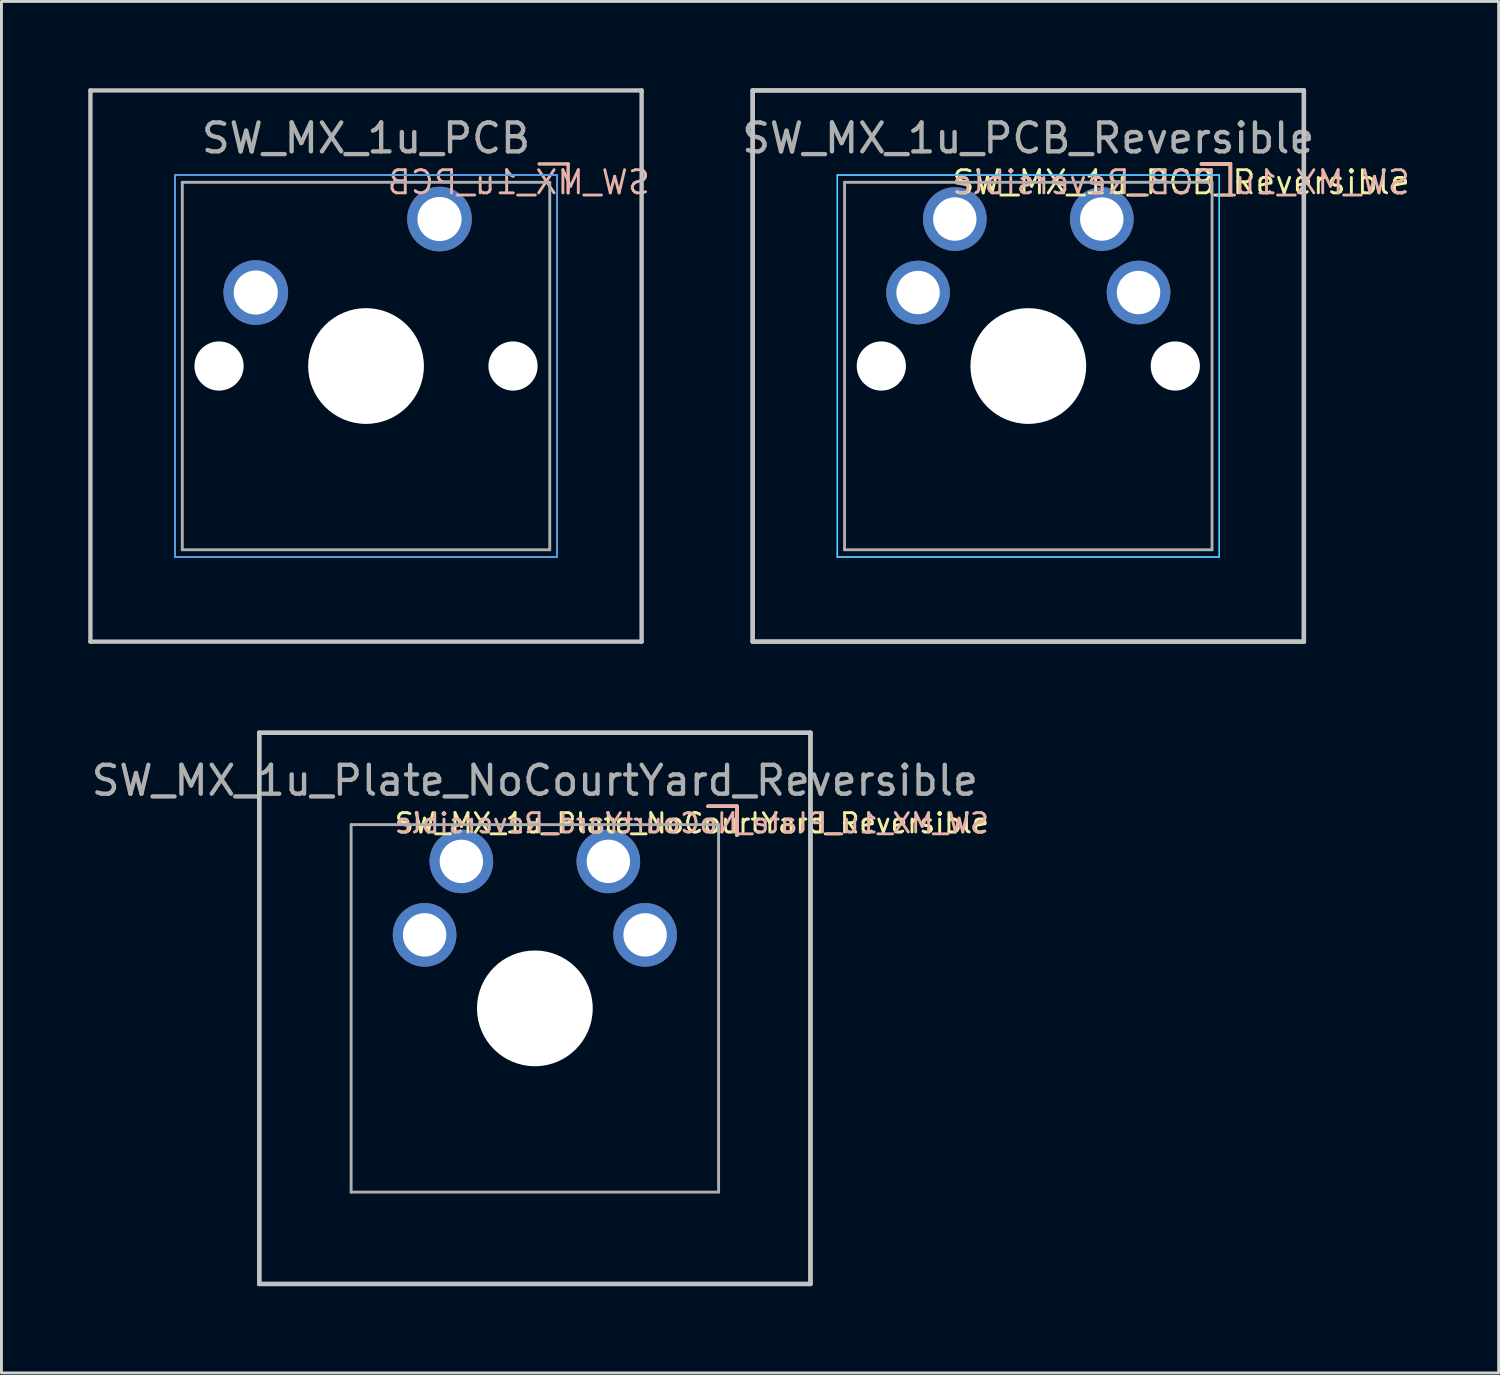
<source format=kicad_pcb>
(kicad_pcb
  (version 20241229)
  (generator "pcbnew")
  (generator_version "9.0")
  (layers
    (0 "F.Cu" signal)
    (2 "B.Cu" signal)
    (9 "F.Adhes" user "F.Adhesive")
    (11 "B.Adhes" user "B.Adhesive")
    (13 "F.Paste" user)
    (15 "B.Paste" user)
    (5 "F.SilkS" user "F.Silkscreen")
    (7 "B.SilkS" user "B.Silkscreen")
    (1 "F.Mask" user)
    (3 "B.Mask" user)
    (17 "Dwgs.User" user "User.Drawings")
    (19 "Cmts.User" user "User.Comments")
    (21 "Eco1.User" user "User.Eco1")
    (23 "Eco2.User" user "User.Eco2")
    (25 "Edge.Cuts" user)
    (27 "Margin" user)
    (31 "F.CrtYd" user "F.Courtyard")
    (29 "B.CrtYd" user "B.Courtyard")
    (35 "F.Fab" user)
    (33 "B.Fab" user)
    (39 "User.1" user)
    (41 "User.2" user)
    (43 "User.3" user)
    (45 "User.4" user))
  (footprint "SW_MX_1u_Plate_NoCourtYard_Reversible"
    (layer "F.Cu")
    (at 15.435 31.8)
    (property "Reference" "SW_MX_1u_Plate_NoCourtYard_Reversible" (at 0 -7.874 0) (layer "F.Fab") (effects (font (size 1 1) (thickness 0.15))))
    (attr through_hole)
    (fp_line (start 5.985 -6.985) (end 6.985 -6.985) (stroke (width 0.12) (type solid)) (layer "F.SilkS"))
    (fp_line (start 6.985 -6.985) (end 6.985 -5.985) (stroke (width 0.12) (type solid)) (layer "F.SilkS"))
    (fp_line (start 6.985 -6.985) (end 5.985 -6.985) (stroke (width 0.12) (type solid)) (layer "B.SilkS"))
    (fp_line (start 6.985 -6.985) (end 5.985 -6.985) (stroke (width 0.12) (type solid)) (layer "B.SilkS"))
    (fp_line (start 6.985 -6.985) (end 6.985 -5.985) (stroke (width 0.12) (type solid)) (layer "B.SilkS"))
    (fp_line (start 6.985 -5.985) (end 6.985 -6.985) (stroke (width 0.12) (type solid)) (layer "B.SilkS"))
    (fp_line (start -9.525 -9.525) (end -9.525 9.525) (stroke (width 0.15) (type solid)) (layer "Dwgs.User"))
    (fp_line (start -9.525 -9.525) (end 9.525 -9.525) (stroke (width 0.15) (type solid)) (layer "Dwgs.User"))
    (fp_line (start -9.525 9.525) (end -9.525 -9.525) (stroke (width 0.15) (type solid)) (layer "Dwgs.User"))
    (fp_line (start -9.525 9.525) (end 9.525 9.525) (stroke (width 0.15) (type solid)) (layer "Dwgs.User"))
    (fp_line (start 9.525 -9.525) (end -9.525 -9.525) (stroke (width 0.15) (type solid)) (layer "Dwgs.User"))
    (fp_line (start 9.525 -9.525) (end 9.525 9.525) (stroke (width 0.15) (type solid)) (layer "Dwgs.User"))
    (fp_line (start 9.525 9.525) (end -9.525 9.525) (stroke (width 0.15) (type solid)) (layer "Dwgs.User"))
    (fp_line (start 9.525 9.525) (end 9.525 -9.525) (stroke (width 0.15) (type solid)) (layer "Dwgs.User"))
    (fp_line (start -6.35 -6.35) (end 6.35 -6.35) (stroke (width 0.1) (type solid)) (layer "F.Fab"))
    (fp_line (start -6.35 6.35) (end -6.35 -6.35) (stroke (width 0.1) (type solid)) (layer "F.Fab"))
    (fp_line (start 6.35 -6.35) (end 6.35 6.35) (stroke (width 0.1) (type solid)) (layer "F.Fab"))
    (fp_line (start 6.35 6.35) (end -6.35 6.35) (stroke (width 0.1) (type solid)) (layer "F.Fab"))
    (fp_text user "${REFERENCE}" (at 5.425 -6.4 0) (layer "F.SilkS") (effects (font (size 0.67 0.67) (thickness 0.1))))
    (fp_text user "${REFERENCE}" (at 5.425 -6.4 0) (layer "B.SilkS") (effects (font (size 0.67 0.67) (thickness 0.1)) (justify mirror)))
    (pad "" np_thru_hole circle (at 0 0) (size 4 4) (drill 4) (layers "*.Cu" "*.Mask"))
    (pad "1" thru_hole circle (at 2.54 -5.08) (size 2.2 2.2) (drill 1.5) (layers "*.Cu" "*.Mask"))
    (pad "1" thru_hole circle (at 3.81 -2.54) (size 2.2 2.2) (drill 1.5) (layers "*.Cu" "*.Mask"))
    (pad "2" thru_hole circle (at -3.81 -2.54) (size 2.2 2.2) (drill 1.5) (layers "*.Cu" "*.Mask"))
    (pad "2" thru_hole circle (at -2.54 -5.08) (size 2.2 2.2) (drill 1.5) (layers "*.Cu" "*.Mask")))
  (footprint "SW_MX_1u_PCB"
    (layer "F.Cu")
    (at 9.6 9.6)
    (property "Reference" "SW_MX_1u_PCB" (at 0 -7.874 0) (layer "F.Fab") (effects (font (size 1 1) (thickness 0.15))))
    (attr through_hole)
    (fp_line (start 6.985 -6.985) (end 5.985 -6.985) (stroke (width 0.12) (type solid)) (layer "B.SilkS"))
    (fp_line (start 6.985 -6.985) (end 6.985 -5.985) (stroke (width 0.12) (type solid)) (layer "B.SilkS"))
    (fp_line (start -9.525 -9.525) (end -9.525 9.525) (stroke (width 0.15) (type solid)) (layer "Dwgs.User"))
    (fp_line (start -9.525 9.525) (end 9.525 9.525) (stroke (width 0.15) (type solid)) (layer "Dwgs.User"))
    (fp_line (start 9.525 -9.525) (end -9.525 -9.525) (stroke (width 0.15) (type solid)) (layer "Dwgs.User"))
    (fp_line (start 9.525 -9.525) (end 9.525 9.525) (stroke (width 0.15) (type solid)) (layer "Dwgs.User"))
    (fp_line (start -6.6 -6.6) (end 6.6 -6.6) (stroke (width 0.05) (type solid)) (layer "Cmts.User"))
    (fp_line (start -6.6 6.6) (end -6.6 -6.6) (stroke (width 0.05) (type solid)) (layer "Cmts.User"))
    (fp_line (start 6.6 -6.6) (end 6.6 6.6) (stroke (width 0.05) (type solid)) (layer "Cmts.User"))
    (fp_line (start 6.6 6.6) (end -6.6 6.6) (stroke (width 0.05) (type solid)) (layer "Cmts.User"))
    (fp_line (start -6.6 -6.6) (end -6.6 6.6) (stroke (width 0.05) (type solid)) (layer "B.CrtYd"))
    (fp_line (start -6.6 6.6) (end 6.6 6.6) (stroke (width 0.05) (type solid)) (layer "B.CrtYd"))
    (fp_line (start 6.6 -6.6) (end -6.6 -6.6) (stroke (width 0.05) (type solid)) (layer "B.CrtYd"))
    (fp_line (start 6.6 6.6) (end 6.6 -6.6) (stroke (width 0.05) (type solid)) (layer "B.CrtYd"))
    (fp_line (start -6.6 -6.6) (end 6.6 -6.6) (stroke (width 0.05) (type solid)) (layer "F.CrtYd"))
    (fp_line (start -6.6 6.6) (end -6.6 -6.6) (stroke (width 0.05) (type solid)) (layer "F.CrtYd"))
    (fp_line (start 6.6 -6.6) (end 6.6 6.6) (stroke (width 0.05) (type solid)) (layer "F.CrtYd"))
    (fp_line (start 6.6 6.6) (end -6.6 6.6) (stroke (width 0.05) (type solid)) (layer "F.CrtYd"))
    (fp_line (start -6.35 -6.35) (end 6.35 -6.35) (stroke (width 0.1) (type solid)) (layer "F.Fab"))
    (fp_line (start -6.35 6.35) (end -6.35 -6.35) (stroke (width 0.1) (type solid)) (layer "F.Fab"))
    (fp_line (start 6.35 -6.35) (end 6.35 6.35) (stroke (width 0.1) (type solid)) (layer "F.Fab"))
    (fp_line (start 6.35 6.35) (end -6.35 6.35) (stroke (width 0.1) (type solid)) (layer "F.Fab"))
    (fp_text user "${REFERENCE}" (at 5.28 -6.35 0) (layer "B.SilkS") (effects (font (size 0.8 0.8) (thickness 0.1)) (justify mirror)))
    (pad "" np_thru_hole circle (at -5.08 0) (size 1.7 1.7) (drill 1.7) (layers "*.Cu" "*.Mask"))
    (pad "" np_thru_hole circle (at 0 0) (size 4 4) (drill 4) (layers "*.Cu" "*.Mask"))
    (pad "" np_thru_hole circle (at 5.08 0) (size 1.7 1.7) (drill 1.7) (layers "*.Cu" "*.Mask"))
    (pad "1" thru_hole circle (at 2.54 -5.08) (size 2.235 2.235) (drill 1.524) (layers "*.Cu" "*.Mask"))
    (pad "2" thru_hole circle (at -3.81 -2.54) (size 2.235 2.235) (drill 1.524) (layers "*.Cu" "*.Mask")))
  (footprint "SW_MX_1u_PCB_Reversible"
    (layer "F.Cu")
    (at 32.489 9.6)
    (property "Reference" "SW_MX_1u_PCB_Reversible" (at 0 -7.874 0) (layer "F.Fab") (effects (font (size 1 1) (thickness 0.15))))
    (attr through_hole)
    (fp_line (start 5.985 -6.985) (end 6.985 -6.985) (stroke (width 0.12) (type solid)) (layer "F.SilkS"))
    (fp_line (start 6.985 -6.985) (end 6.985 -5.985) (stroke (width 0.12) (type solid)) (layer "F.SilkS"))
    (fp_line (start 6.985 -6.985) (end 5.985 -6.985) (stroke (width 0.12) (type solid)) (layer "B.SilkS"))
    (fp_line (start 6.985 -6.985) (end 5.985 -6.985) (stroke (width 0.12) (type solid)) (layer "B.SilkS"))
    (fp_line (start 6.985 -6.985) (end 6.985 -5.985) (stroke (width 0.12) (type solid)) (layer "B.SilkS"))
    (fp_line (start 6.985 -5.985) (end 6.985 -6.985) (stroke (width 0.12) (type solid)) (layer "B.SilkS"))
    (fp_line (start -9.525 -9.525) (end -9.525 9.525) (stroke (width 0.15) (type solid)) (layer "Dwgs.User"))
    (fp_line (start -9.525 -9.525) (end 9.525 -9.525) (stroke (width 0.15) (type solid)) (layer "Dwgs.User"))
    (fp_line (start -9.525 9.525) (end -9.525 -9.525) (stroke (width 0.15) (type solid)) (layer "Dwgs.User"))
    (fp_line (start -9.525 9.525) (end 9.525 9.525) (stroke (width 0.15) (type solid)) (layer "Dwgs.User"))
    (fp_line (start 9.525 -9.525) (end -9.525 -9.525) (stroke (width 0.15) (type solid)) (layer "Dwgs.User"))
    (fp_line (start 9.525 -9.525) (end 9.525 9.525) (stroke (width 0.15) (type solid)) (layer "Dwgs.User"))
    (fp_line (start 9.525 9.525) (end -9.525 9.525) (stroke (width 0.15) (type solid)) (layer "Dwgs.User"))
    (fp_line (start 9.525 9.525) (end 9.525 -9.525) (stroke (width 0.15) (type solid)) (layer "Dwgs.User"))
    (fp_line (start -6.6 -6.6) (end -6.6 6.6) (stroke (width 0.05) (type solid)) (layer "B.CrtYd"))
    (fp_line (start -6.6 6.6) (end 6.6 6.6) (stroke (width 0.05) (type solid)) (layer "B.CrtYd"))
    (fp_line (start 6.6 -6.6) (end -6.6 -6.6) (stroke (width 0.05) (type solid)) (layer "B.CrtYd"))
    (fp_line (start 6.6 6.6) (end 6.6 -6.6) (stroke (width 0.05) (type solid)) (layer "B.CrtYd"))
    (fp_line (start -6.6 -6.6) (end 6.6 -6.6) (stroke (width 0.05) (type solid)) (layer "F.CrtYd"))
    (fp_line (start -6.6 6.6) (end -6.6 -6.6) (stroke (width 0.05) (type solid)) (layer "F.CrtYd"))
    (fp_line (start 6.6 -6.6) (end 6.6 6.6) (stroke (width 0.05) (type solid)) (layer "F.CrtYd"))
    (fp_line (start 6.6 6.6) (end -6.6 6.6) (stroke (width 0.05) (type solid)) (layer "F.CrtYd"))
    (fp_line (start -6.35 -6.35) (end 6.35 -6.35) (stroke (width 0.1) (type solid)) (layer "F.Fab"))
    (fp_line (start -6.35 6.35) (end -6.35 -6.35) (stroke (width 0.1) (type solid)) (layer "F.Fab"))
    (fp_line (start 6.35 -6.35) (end 6.35 6.35) (stroke (width 0.1) (type solid)) (layer "F.Fab"))
    (fp_line (start 6.35 6.35) (end -6.35 6.35) (stroke (width 0.1) (type solid)) (layer "F.Fab"))
    (fp_text user "${REFERENCE}" (at 5.28 -6.35 0) (layer "F.SilkS") (effects (font (size 0.8 0.8) (thickness 0.1))))
    (fp_text user "${REFERENCE}" (at 5.28 -6.35 0) (layer "B.SilkS") (effects (font (size 0.8 0.8) (thickness 0.1)) (justify mirror)))
    (pad "" np_thru_hole circle (at -5.08 0) (size 1.7 1.7) (drill 1.7) (layers "*.Cu" "*.Mask"))
    (pad "" np_thru_hole circle (at 0 0) (size 4 4) (drill 4) (layers "*.Cu" "*.Mask"))
    (pad "" np_thru_hole circle (at 5.08 0) (size 1.7 1.7) (drill 1.7) (layers "*.Cu" "*.Mask"))
    (pad "1" thru_hole circle (at 2.54 -5.08) (size 2.2 2.2) (drill 1.5) (layers "*.Cu" "*.Mask"))
    (pad "1" thru_hole circle (at 3.81 -2.54) (size 2.2 2.2) (drill 1.5) (layers "*.Cu" "*.Mask"))
    (pad "2" thru_hole circle (at -3.81 -2.54) (size 2.2 2.2) (drill 1.5) (layers "*.Cu" "*.Mask"))
    (pad "2" thru_hole circle (at -2.54 -5.08) (size 2.2 2.2) (drill 1.5) (layers "*.Cu" "*.Mask")))
  (gr_rect
    (start -3 -3)
    (end 48.744 44.4)
    (stroke (width 0.1) (type default))
    (fill no)
    (layer "Edge.Cuts")))
</source>
